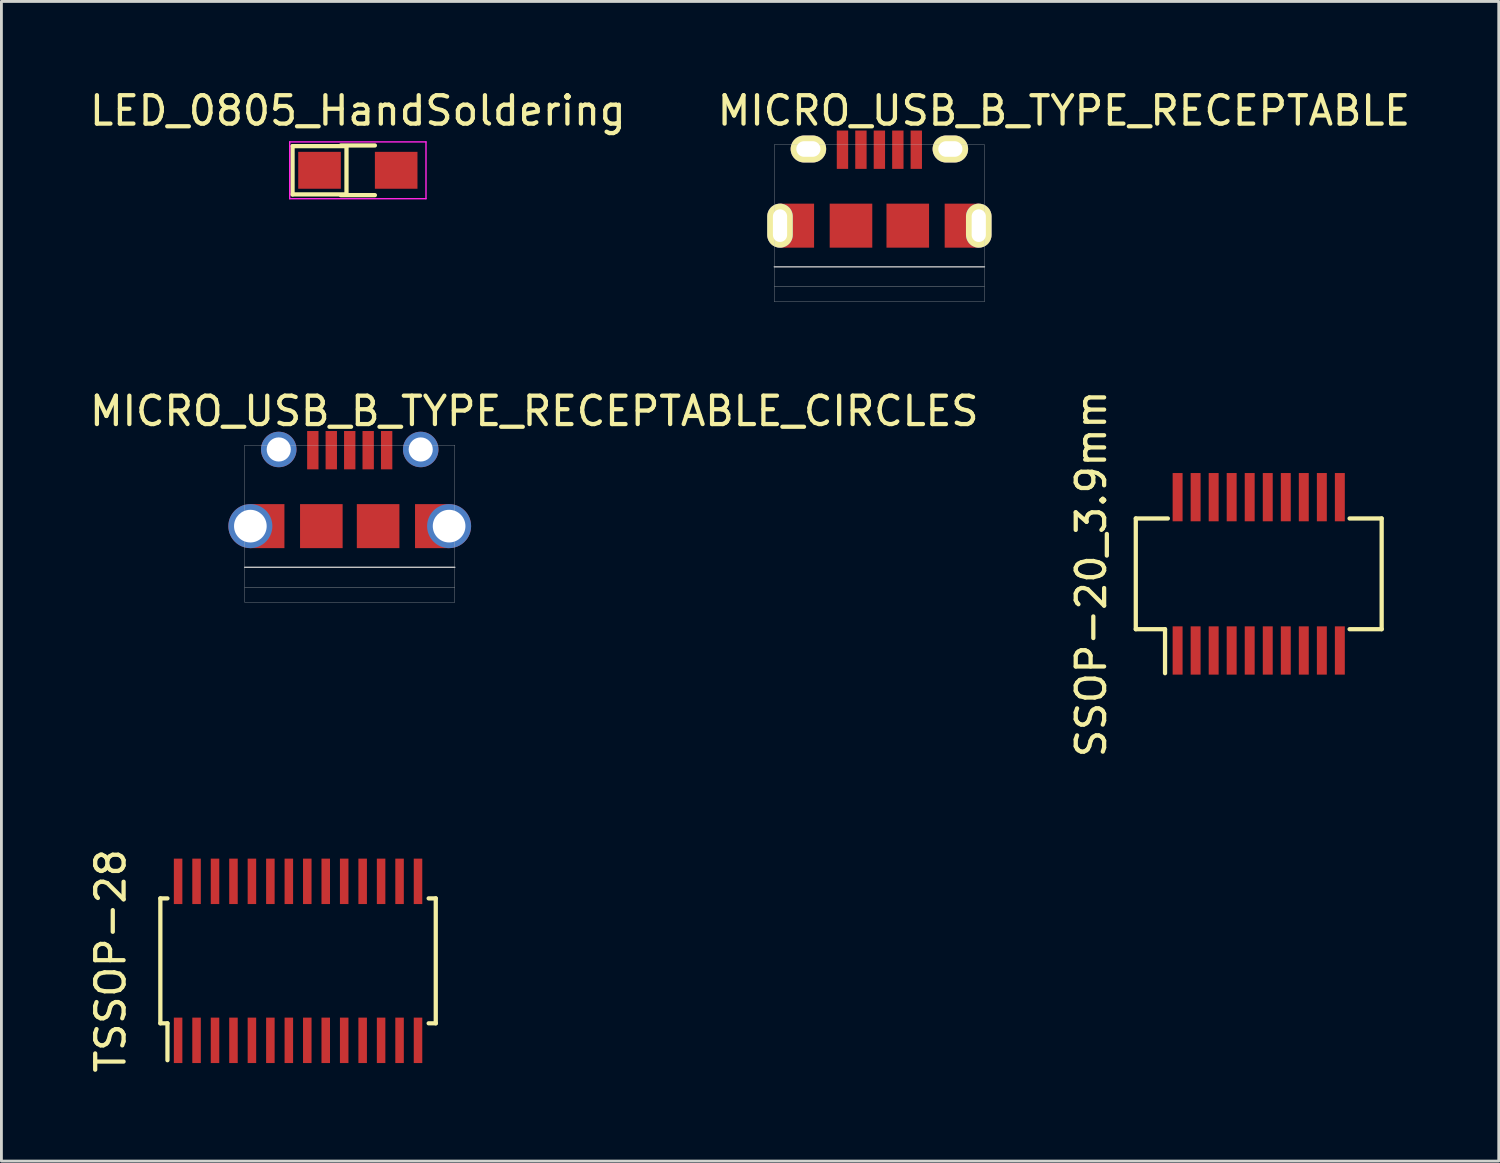
<source format=kicad_pcb>
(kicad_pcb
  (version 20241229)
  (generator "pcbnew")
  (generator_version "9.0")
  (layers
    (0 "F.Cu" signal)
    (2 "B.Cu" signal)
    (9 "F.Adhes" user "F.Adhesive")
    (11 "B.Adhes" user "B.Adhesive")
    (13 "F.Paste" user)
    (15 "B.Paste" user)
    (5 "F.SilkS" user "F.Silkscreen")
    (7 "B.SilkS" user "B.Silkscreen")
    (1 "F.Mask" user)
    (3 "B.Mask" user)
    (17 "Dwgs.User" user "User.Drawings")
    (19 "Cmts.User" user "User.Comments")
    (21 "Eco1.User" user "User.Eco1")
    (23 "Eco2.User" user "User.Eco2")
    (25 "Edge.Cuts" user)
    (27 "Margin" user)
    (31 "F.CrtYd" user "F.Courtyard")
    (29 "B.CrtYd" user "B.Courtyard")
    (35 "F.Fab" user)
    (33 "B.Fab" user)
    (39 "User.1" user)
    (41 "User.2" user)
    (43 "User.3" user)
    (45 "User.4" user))
  (footprint "MICRO_USB_B_TYPE_RECEPTABLE_CIRCLES"
    (layer "F.Cu")
    (at 9.268 16.931)
    (property "Reference" "MICRO_USB_B_TYPE_RECEPTABLE_CIRCLES" (at 6.5 -5.5 0) (layer "F.SilkS") (effects (font (size 1 1) (thickness 0.15))))
    (attr through_hole)
    (fp_line (start -3.7 -4.3) (end 3.7 -4.3) (stroke (width 0.01) (type solid)) (layer "Dwgs.User"))
    (fp_line (start -3.7 0) (end 3.7 0) (stroke (width 0.05) (type solid)) (layer "Dwgs.User"))
    (fp_line (start -3.7 1.23) (end -3.7 -4.3) (stroke (width 0.01) (type solid)) (layer "Dwgs.User"))
    (fp_line (start -3.7 1.23) (end 3.7 1.23) (stroke (width 0.01) (type solid)) (layer "Dwgs.User"))
    (fp_line (start 3.7 -4.3) (end 3.7 1.23) (stroke (width 0.01) (type solid)) (layer "Dwgs.User"))
    (fp_line (start 3.7 0.7) (end -3.7 0.7) (stroke (width 0.01) (type solid)) (layer "Dwgs.User"))
    (pad "1" smd rect (at -1.3 -4.125) (size 0.4 1.35) (layers "F.Cu" "F.Mask" "F.Paste"))
    (pad "2" smd rect (at -0.65 -4.125) (size 0.4 1.35) (layers "F.Cu" "F.Mask" "F.Paste"))
    (pad "3" smd rect (at 0 -4.125) (size 0.4 1.35) (layers "F.Cu" "F.Mask" "F.Paste"))
    (pad "4" smd rect (at 0.65 -4.125) (size 0.4 1.35) (layers "F.Cu" "F.Mask" "F.Paste"))
    (pad "5" smd rect (at 1.3 -4.125) (size 0.4 1.35) (layers "F.Cu" "F.Mask" "F.Paste"))
    (pad "6" thru_hole circle (at -3.5 -1.45) (size 1.55 1.55) (drill 1.15) (layers "*.Cu" "*.Mask"))
    (pad "6" smd rect (at -2.9 -1.45) (size 1.2 1.55) (layers "F.Cu" "F.Mask" "F.Paste"))
    (pad "6" thru_hole circle (at -2.5 -4.15) (size 1.25 1.25) (drill 0.85) (layers "*.Cu" "*.Mask"))
    (pad "6" smd rect (at -1 -1.45) (size 1.5 1.55) (layers "F.Cu" "F.Mask" "F.Paste"))
    (pad "6" smd rect (at 1 -1.45) (size 1.5 1.55) (layers "F.Cu" "F.Mask" "F.Paste"))
    (pad "6" thru_hole circle (at 2.5 -4.15) (size 1.25 1.25) (drill 0.85) (layers "*.Cu" "*.Mask"))
    (pad "6" smd rect (at 2.9 -1.45) (size 1.2 1.55) (layers "F.Cu" "F.Mask" "F.Paste"))
    (pad "6" thru_hole circle (at 3.5 -1.45) (size 1.55 1.55) (drill 1.15) (layers "*.Cu" "*.Mask")))
  (footprint "SSOP-20_3.9mm"
    (layer "F.Cu")
    (at 41.284 17.161)
    (property "Reference" "SSOP-20_3.9mm" (at -5.9 0 90) (layer "F.SilkS") (effects (font (size 1 1) (thickness 0.15))))
    (attr through_hole)
    (fp_line (start -4.33 -1.95) (end -3.2 -1.95) (stroke (width 0.15) (type solid)) (layer "F.SilkS"))
    (fp_line (start -4.33 1.95) (end -4.33 -1.95) (stroke (width 0.15) (type solid)) (layer "F.SilkS"))
    (fp_line (start -4.33 1.95) (end -3.3 1.95) (stroke (width 0.15) (type solid)) (layer "F.SilkS"))
    (fp_line (start -3.3 3.5) (end -3.3 1.95) (stroke (width 0.15) (type solid)) (layer "F.SilkS"))
    (fp_line (start 3.2 -1.95) (end 4.33 -1.95) (stroke (width 0.15) (type solid)) (layer "F.SilkS"))
    (fp_line (start 4.33 -1.95) (end 4.33 1.95) (stroke (width 0.15) (type solid)) (layer "F.SilkS"))
    (fp_line (start 4.33 1.95) (end 3.2 1.95) (stroke (width 0.15) (type solid)) (layer "F.SilkS"))
    (pad "1" smd rect (at -2.857 2.7) (size 0.35 1.7) (layers "F.Cu" "F.Mask" "F.Paste"))
    (pad "2" smd rect (at -2.223 2.7) (size 0.35 1.7) (layers "F.Cu" "F.Mask" "F.Paste"))
    (pad "3" smd rect (at -1.587 2.7) (size 0.35 1.7) (layers "F.Cu" "F.Mask" "F.Paste"))
    (pad "4" smd rect (at -0.953 2.7) (size 0.35 1.7) (layers "F.Cu" "F.Mask" "F.Paste"))
    (pad "5" smd rect (at -0.318 2.7) (size 0.35 1.7) (layers "F.Cu" "F.Mask" "F.Paste"))
    (pad "6" smd rect (at 0.318 2.7) (size 0.35 1.7) (layers "F.Cu" "F.Mask" "F.Paste"))
    (pad "7" smd rect (at 0.953 2.7) (size 0.35 1.7) (layers "F.Cu" "F.Mask" "F.Paste"))
    (pad "8" smd rect (at 1.587 2.7) (size 0.35 1.7) (layers "F.Cu" "F.Mask" "F.Paste"))
    (pad "9" smd rect (at 2.223 2.7) (size 0.35 1.7) (layers "F.Cu" "F.Mask" "F.Paste"))
    (pad "10" smd rect (at 2.857 2.7) (size 0.35 1.7) (layers "F.Cu" "F.Mask" "F.Paste"))
    (pad "11" smd rect (at 2.857 -2.7) (size 0.35 1.7) (layers "F.Cu" "F.Mask" "F.Paste"))
    (pad "12" smd rect (at 2.223 -2.7) (size 0.35 1.7) (layers "F.Cu" "F.Mask" "F.Paste"))
    (pad "13" smd rect (at 1.587 -2.7) (size 0.35 1.7) (layers "F.Cu" "F.Mask" "F.Paste"))
    (pad "14" smd rect (at 0.953 -2.7) (size 0.35 1.7) (layers "F.Cu" "F.Mask" "F.Paste"))
    (pad "15" smd rect (at 0.318 -2.7) (size 0.35 1.7) (layers "F.Cu" "F.Mask" "F.Paste"))
    (pad "16" smd rect (at -0.318 -2.7) (size 0.35 1.7) (layers "F.Cu" "F.Mask" "F.Paste"))
    (pad "17" smd rect (at -0.953 -2.7) (size 0.35 1.7) (layers "F.Cu" "F.Mask" "F.Paste"))
    (pad "18" smd rect (at -1.587 -2.7) (size 0.35 1.7) (layers "F.Cu" "F.Mask" "F.Paste"))
    (pad "19" smd rect (at -2.223 -2.7) (size 0.35 1.7) (layers "F.Cu" "F.Mask" "F.Paste"))
    (pad "20" smd rect (at -2.857 -2.7) (size 0.35 1.7) (layers "F.Cu" "F.Mask" "F.Paste")))
  (footprint "LED_0805_HandSoldering"
    (layer "F.Cu")
    (at 9.554 2.948)
    (property "Reference" "LED_0805_HandSoldering" (at 0 -2.1 0) (layer "F.SilkS") (effects (font (size 1 1) (thickness 0.15))))
    (attr smd)
    (fp_line (start -2.3 -0.85) (end -0.4 -0.85) (stroke (width 0.15) (type solid)) (layer "F.SilkS"))
    (fp_line (start -2.3 0.85) (end -2.3 -0.85) (stroke (width 0.15) (type solid)) (layer "F.SilkS"))
    (fp_line (start -0.6 -0.875) (end 0.6 -0.875) (stroke (width 0.15) (type solid)) (layer "F.SilkS"))
    (fp_line (start -0.4 -0.85) (end -0.4 0.85) (stroke (width 0.15) (type solid)) (layer "F.SilkS"))
    (fp_line (start -0.4 0.85) (end -2.3 0.85) (stroke (width 0.15) (type solid)) (layer "F.SilkS"))
    (fp_line (start 0.6 0.875) (end -0.6 0.875) (stroke (width 0.15) (type solid)) (layer "F.SilkS"))
    (fp_line (start -2.4 -1) (end -2.4 1) (stroke (width 0.05) (type solid)) (layer "F.CrtYd"))
    (fp_line (start -2.4 -1) (end 2.4 -1) (stroke (width 0.05) (type solid)) (layer "F.CrtYd"))
    (fp_line (start -2.4 1) (end 2.4 1) (stroke (width 0.05) (type solid)) (layer "F.CrtYd"))
    (fp_line (start 2.4 -1) (end 2.4 1) (stroke (width 0.05) (type solid)) (layer "F.CrtYd"))
    (pad "1" smd rect (at -1.35 0) (size 1.5 1.3) (layers "F.Cu" "F.Mask" "F.Paste"))
    (pad "2" smd rect (at 1.35 0) (size 1.5 1.3) (layers "F.Cu" "F.Mask" "F.Paste")))
  (footprint "TSSOP-28"
    (layer "F.Cu")
    (at 7.448 30.792)
    (property "Reference" "TSSOP-28" (at -6.6 0 90) (layer "F.SilkS") (effects (font (size 1 1) (thickness 0.15))))
    (attr through_hole)
    (fp_line (start -4.85 -2.2) (end -4.85 2.2) (stroke (width 0.15) (type solid)) (layer "F.SilkS"))
    (fp_line (start -4.85 -2.2) (end -4.6 -2.2) (stroke (width 0.15) (type solid)) (layer "F.SilkS"))
    (fp_line (start -4.85 2.2) (end -4.6 2.2) (stroke (width 0.15) (type solid)) (layer "F.SilkS"))
    (fp_line (start -4.6 2.2) (end -4.6 3.5) (stroke (width 0.15) (type solid)) (layer "F.SilkS"))
    (fp_line (start 4.85 -2.2) (end 4.6 -2.2) (stroke (width 0.15) (type solid)) (layer "F.SilkS"))
    (fp_line (start 4.85 -2.2) (end 4.85 2.2) (stroke (width 0.15) (type solid)) (layer "F.SilkS"))
    (fp_line (start 4.85 2.2) (end 4.6 2.2) (stroke (width 0.15) (type solid)) (layer "F.SilkS"))
    (pad "1" smd rect (at -4.225 2.8) (size 0.3 1.6) (layers "F.Cu" "F.Mask" "F.Paste"))
    (pad "2" smd rect (at -3.575 2.8) (size 0.3 1.6) (layers "F.Cu" "F.Mask" "F.Paste"))
    (pad "3" smd rect (at -2.925 2.8) (size 0.3 1.6) (layers "F.Cu" "F.Mask" "F.Paste"))
    (pad "4" smd rect (at -2.275 2.8) (size 0.3 1.6) (layers "F.Cu" "F.Mask" "F.Paste"))
    (pad "5" smd rect (at -1.625 2.8) (size 0.3 1.6) (layers "F.Cu" "F.Mask" "F.Paste"))
    (pad "6" smd rect (at -0.975 2.8) (size 0.3 1.6) (layers "F.Cu" "F.Mask" "F.Paste"))
    (pad "7" smd rect (at -0.325 2.8) (size 0.3 1.6) (layers "F.Cu" "F.Mask" "F.Paste"))
    (pad "8" smd rect (at 0.325 2.8) (size 0.3 1.6) (layers "F.Cu" "F.Mask" "F.Paste"))
    (pad "9" smd rect (at 0.975 2.8) (size 0.3 1.6) (layers "F.Cu" "F.Mask" "F.Paste"))
    (pad "10" smd rect (at 1.625 2.8) (size 0.3 1.6) (layers "F.Cu" "F.Mask" "F.Paste"))
    (pad "11" smd rect (at 2.275 2.8) (size 0.3 1.6) (layers "F.Cu" "F.Mask" "F.Paste"))
    (pad "12" smd rect (at 2.925 2.8) (size 0.3 1.6) (layers "F.Cu" "F.Mask" "F.Paste"))
    (pad "13" smd rect (at 3.575 2.8) (size 0.3 1.6) (layers "F.Cu" "F.Mask" "F.Paste"))
    (pad "14" smd rect (at 4.225 2.8) (size 0.3 1.6) (layers "F.Cu" "F.Mask" "F.Paste"))
    (pad "15" smd rect (at 4.225 -2.8) (size 0.3 1.6) (layers "F.Cu" "F.Mask" "F.Paste"))
    (pad "16" smd rect (at 3.575 -2.8) (size 0.3 1.6) (layers "F.Cu" "F.Mask" "F.Paste"))
    (pad "17" smd rect (at 2.925 -2.8) (size 0.3 1.6) (layers "F.Cu" "F.Mask" "F.Paste"))
    (pad "18" smd rect (at 2.275 -2.8) (size 0.3 1.6) (layers "F.Cu" "F.Mask" "F.Paste"))
    (pad "19" smd rect (at 1.625 -2.8) (size 0.3 1.6) (layers "F.Cu" "F.Mask" "F.Paste"))
    (pad "20" smd rect (at 0.975 -2.8) (size 0.3 1.6) (layers "F.Cu" "F.Mask" "F.Paste"))
    (pad "21" smd rect (at 0.325 -2.8) (size 0.3 1.6) (layers "F.Cu" "F.Mask" "F.Paste"))
    (pad "22" smd rect (at -0.325 -2.8) (size 0.3 1.6) (layers "F.Cu" "F.Mask" "F.Paste"))
    (pad "23" smd rect (at -0.975 -2.8) (size 0.3 1.6) (layers "F.Cu" "F.Mask" "F.Paste"))
    (pad "24" smd rect (at -1.625 -2.8) (size 0.3 1.6) (layers "F.Cu" "F.Mask" "F.Paste"))
    (pad "25" smd rect (at -2.275 -2.8) (size 0.3 1.6) (layers "F.Cu" "F.Mask" "F.Paste"))
    (pad "26" smd rect (at -2.925 -2.8) (size 0.3 1.6) (layers "F.Cu" "F.Mask" "F.Paste"))
    (pad "27" smd rect (at -3.575 -2.8) (size 0.3 1.6) (layers "F.Cu" "F.Mask" "F.Paste"))
    (pad "28" smd rect (at -4.225 -2.8) (size 0.3 1.6) (layers "F.Cu" "F.Mask" "F.Paste")))
  (footprint "MICRO_USB_B_TYPE_RECEPTABLE"
    (layer "F.Cu")
    (at 27.923 6.348)
    (property "Reference" "MICRO_USB_B_TYPE_RECEPTABLE" (at 6.5 -5.5 0) (layer "F.SilkS") (effects (font (size 1 1) (thickness 0.15))))
    (attr through_hole)
    (fp_line (start -3.7 -4.3) (end 3.7 -4.3) (stroke (width 0.01) (type solid)) (layer "Dwgs.User"))
    (fp_line (start -3.7 0) (end 3.7 0) (stroke (width 0.05) (type solid)) (layer "Dwgs.User"))
    (fp_line (start -3.7 1.23) (end -3.7 -4.3) (stroke (width 0.01) (type solid)) (layer "Dwgs.User"))
    (fp_line (start -3.7 1.23) (end 3.7 1.23) (stroke (width 0.01) (type solid)) (layer "Dwgs.User"))
    (fp_line (start 3.7 -4.3) (end 3.7 1.23) (stroke (width 0.01) (type solid)) (layer "Dwgs.User"))
    (fp_line (start 3.7 0.7) (end -3.7 0.7) (stroke (width 0.01) (type solid)) (layer "Dwgs.User"))
    (pad "1" smd rect (at -1.3 -4.125) (size 0.4 1.35) (layers "F.Cu" "F.Mask" "F.Paste"))
    (pad "2" smd rect (at -0.65 -4.125) (size 0.4 1.35) (layers "F.Cu" "F.Mask" "F.Paste"))
    (pad "3" smd rect (at 0 -4.125) (size 0.4 1.35) (layers "F.Cu" "F.Mask" "F.Paste"))
    (pad "4" smd rect (at 0.65 -4.125) (size 0.4 1.35) (layers "F.Cu" "F.Mask" "F.Paste"))
    (pad "5" smd rect (at 1.3 -4.125) (size 0.4 1.35) (layers "F.Cu" "F.Mask" "F.Paste"))
    (pad "6" thru_hole oval (at -3.5 -1.45) (size 0.9 1.55) (drill oval 0.5 1.15) (layers "*.Cu" "*.Mask" "F.SilkS"))
    (pad "6" smd rect (at -2.9 -1.45) (size 1.2 1.55) (layers "F.Cu" "F.Mask" "F.Paste"))
    (pad "6" thru_hole oval (at -2.5 -4.15) (size 1.25 0.95) (drill oval 0.85 0.55) (layers "*.Cu" "*.Mask" "F.SilkS"))
    (pad "6" smd rect (at -1 -1.45) (size 1.5 1.55) (layers "F.Cu" "F.Mask" "F.Paste"))
    (pad "6" smd rect (at 1 -1.45) (size 1.5 1.55) (layers "F.Cu" "F.Mask" "F.Paste"))
    (pad "6" thru_hole oval (at 2.5 -4.15) (size 1.25 0.95) (drill oval 0.85 0.55) (layers "*.Cu" "*.Mask" "F.SilkS"))
    (pad "6" smd rect (at 2.9 -1.45) (size 1.2 1.55) (layers "F.Cu" "F.Mask" "F.Paste"))
    (pad "6" thru_hole oval (at 3.5 -1.45) (size 0.9 1.55) (drill oval 0.5 1.15) (layers "*.Cu" "*.Mask" "F.SilkS")))
  (gr_rect
    (start -3 -3)
    (end 49.738 37.845)
    (stroke (width 0.1) (type default))
    (fill no)
    (layer "Edge.Cuts")))
</source>
